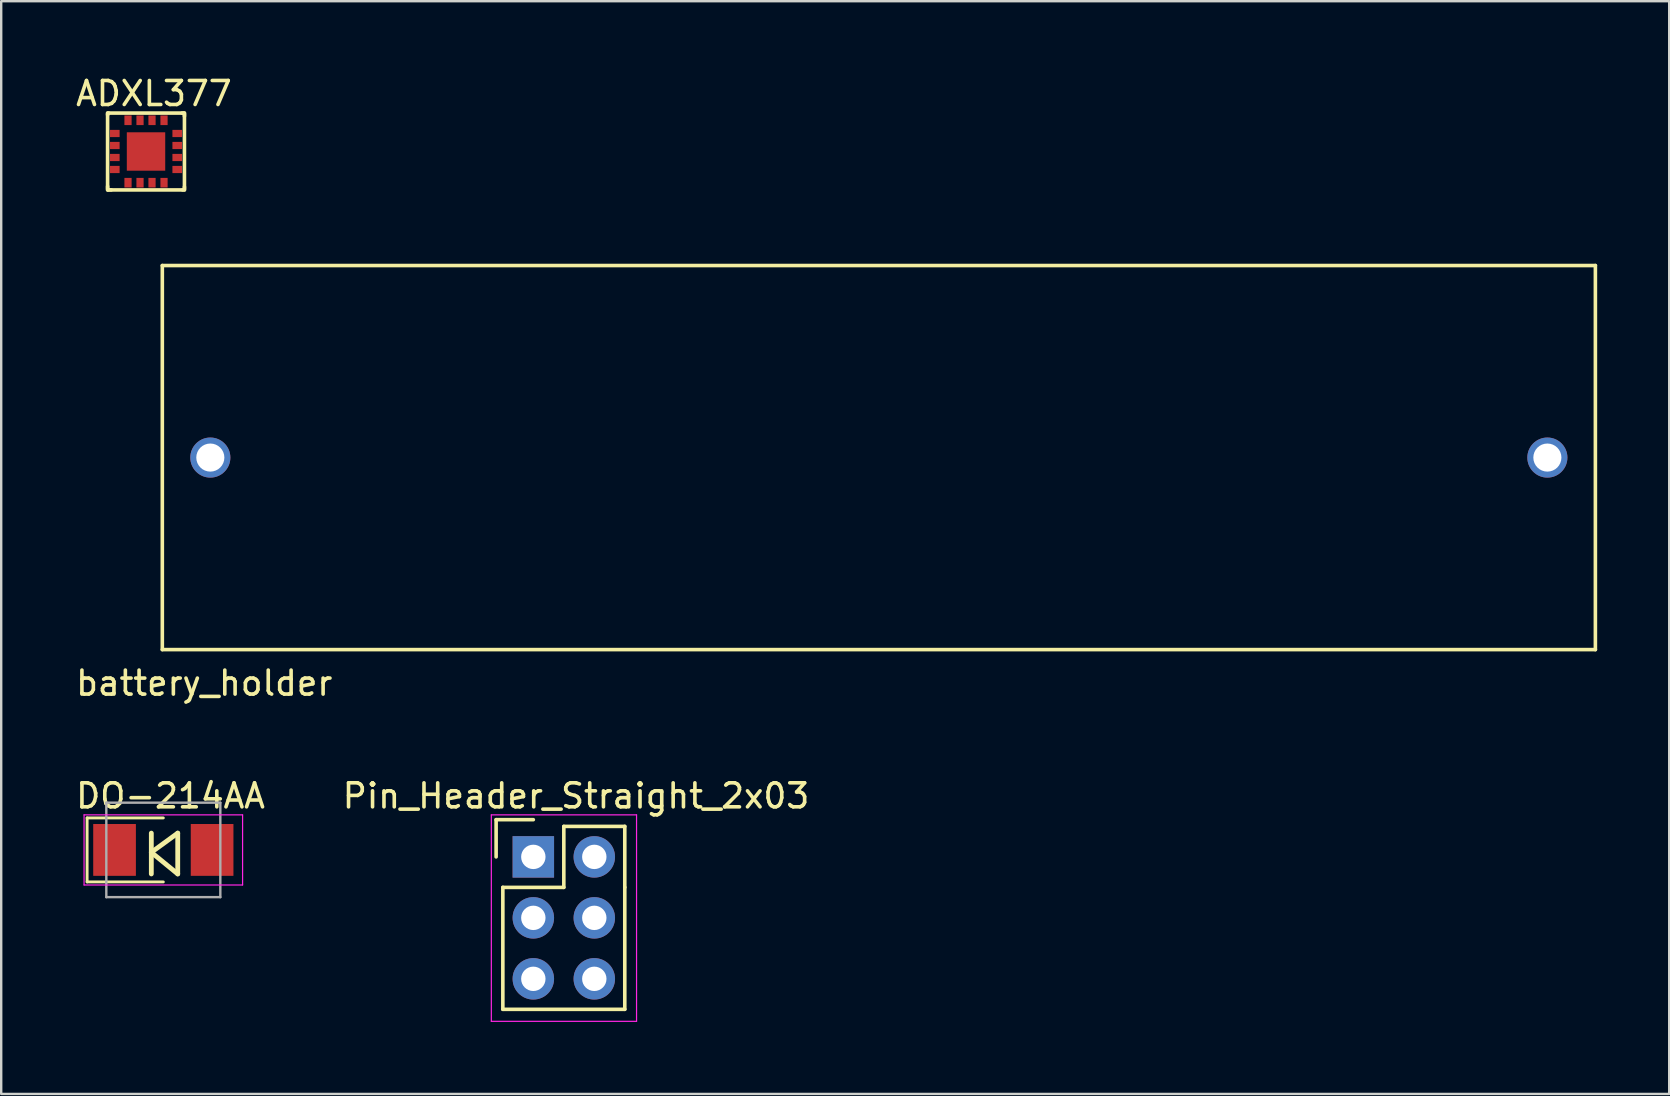
<source format=kicad_pcb>
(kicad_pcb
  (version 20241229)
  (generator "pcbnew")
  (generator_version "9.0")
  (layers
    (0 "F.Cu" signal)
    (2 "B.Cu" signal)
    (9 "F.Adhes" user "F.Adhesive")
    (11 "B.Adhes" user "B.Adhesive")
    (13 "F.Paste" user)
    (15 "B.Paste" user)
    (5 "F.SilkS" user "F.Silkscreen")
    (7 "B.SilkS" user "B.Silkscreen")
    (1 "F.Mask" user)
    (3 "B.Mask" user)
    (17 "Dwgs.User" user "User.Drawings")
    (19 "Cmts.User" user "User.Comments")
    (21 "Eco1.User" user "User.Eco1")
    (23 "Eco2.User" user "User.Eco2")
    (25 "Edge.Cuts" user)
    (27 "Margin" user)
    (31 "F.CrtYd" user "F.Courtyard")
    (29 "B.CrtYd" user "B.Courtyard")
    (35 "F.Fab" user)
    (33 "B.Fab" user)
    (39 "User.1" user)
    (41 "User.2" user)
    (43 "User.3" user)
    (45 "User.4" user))
  (footprint "battery_holder"
    (layer "F.Cu")
    (at 5.712 16.012)
    (property "Reference" "battery_holder" (at -0.254 9.398 0) (layer "F.SilkS") (effects (font (size 1 1) (thickness 0.15))))
    (attr through_hole)
    (fp_line (start -2 -8) (end 57.7 -8) (stroke (width 0.15) (type solid)) (layer "F.SilkS"))
    (fp_line (start -2 8) (end -2 -8) (stroke (width 0.15) (type solid)) (layer "F.SilkS"))
    (fp_line (start 57.7 -8) (end 57.7 8) (stroke (width 0.15) (type solid)) (layer "F.SilkS"))
    (fp_line (start 57.7 8) (end -2 8) (stroke (width 0.15) (type solid)) (layer "F.SilkS"))
    (pad "1" thru_hole circle (at 0 0) (size 1.67 1.67) (drill 1.17) (layers "*.Cu" "*.Mask"))
    (pad "2" thru_hole circle (at 55.7 0) (size 1.67 1.67) (drill 1.17) (layers "*.Cu" "*.Mask")))
  (footprint "ADXL377"
    (layer "F.Cu")
    (at 3.033 3.261)
    (property "Reference" "ADXL377" (at 0.33 -2.413 0) (layer "F.SilkS") (effects (font (size 1 1) (thickness 0.15))))
    (attr through_hole)
    (fp_line (start -1.601 -1.55) (end -1.601 1.55) (stroke (width 0.15) (type solid)) (layer "F.SilkS"))
    (fp_line (start -1.6 -1.6) (end -1.549 -1.6) (stroke (width 0.15) (type solid)) (layer "F.SilkS"))
    (fp_line (start -1.6 -1.524) (end -1.6 -1.6) (stroke (width 0.15) (type solid)) (layer "F.SilkS"))
    (fp_line (start -1.6 1.448) (end -1.6 1.6) (stroke (width 0.15) (type solid)) (layer "F.SilkS"))
    (fp_line (start -1.6 1.6) (end -1.448 1.6) (stroke (width 0.15) (type solid)) (layer "F.SilkS"))
    (fp_line (start -1.575 1.601) (end 1.525 1.601) (stroke (width 0.15) (type solid)) (layer "F.SilkS"))
    (fp_line (start -1.55 -1.602) (end 1.55 -1.602) (stroke (width 0.15) (type solid)) (layer "F.SilkS"))
    (fp_line (start 1.499 -1.6) (end 1.6 -1.6) (stroke (width 0.15) (type solid)) (layer "F.SilkS"))
    (fp_line (start 1.6 -1.6) (end 1.6 -1.473) (stroke (width 0.15) (type solid)) (layer "F.SilkS"))
    (fp_line (start 1.6 1.473) (end 1.6 1.6) (stroke (width 0.15) (type solid)) (layer "F.SilkS"))
    (fp_line (start 1.6 1.6) (end 1.524 1.6) (stroke (width 0.15) (type solid)) (layer "F.SilkS"))
    (fp_line (start 1.601 -1.55) (end 1.601 1.55) (stroke (width 0.15) (type solid)) (layer "F.SilkS"))
    (pad "" smd rect (at 0 0) (size 1.6 1.6) (layers "F.Cu" "F.Mask" "F.Paste"))
    (pad "1" smd rect (at -1.3 -0.75) (size 0.4 0.3) (layers "F.Cu" "F.Mask" "F.Paste"))
    (pad "2" smd rect (at -1.3 -0.25) (size 0.4 0.3) (layers "F.Cu" "F.Mask" "F.Paste"))
    (pad "3" smd rect (at -1.3 0.25) (size 0.4 0.3) (layers "F.Cu" "F.Mask" "F.Paste"))
    (pad "4" smd rect (at -1.3 0.75) (size 0.4 0.3) (layers "F.Cu" "F.Mask" "F.Paste"))
    (pad "5" smd rect (at -0.75 1.3 90) (size 0.4 0.3) (layers "F.Cu" "F.Mask" "F.Paste"))
    (pad "6" smd rect (at -0.25 1.3 90) (size 0.4 0.3) (layers "F.Cu" "F.Mask" "F.Paste"))
    (pad "7" smd rect (at 0.25 1.3 90) (size 0.4 0.3) (layers "F.Cu" "F.Mask" "F.Paste"))
    (pad "8" smd rect (at 0.75 1.3 90) (size 0.4 0.3) (layers "F.Cu" "F.Mask" "F.Paste"))
    (pad "9" smd rect (at 1.3 0.75) (size 0.4 0.3) (layers "F.Cu" "F.Mask" "F.Paste"))
    (pad "10" smd rect (at 1.3 0.25) (size 0.4 0.3) (layers "F.Cu" "F.Mask" "F.Paste"))
    (pad "11" smd rect (at 1.3 -0.25) (size 0.4 0.3) (layers "F.Cu" "F.Mask" "F.Paste"))
    (pad "12" smd rect (at 1.3 -0.75) (size 0.4 0.3) (layers "F.Cu" "F.Mask" "F.Paste"))
    (pad "13" smd rect (at 0.75 -1.3 90) (size 0.4 0.3) (layers "F.Cu" "F.Mask" "F.Paste"))
    (pad "14" smd rect (at 0.25 -1.3 90) (size 0.4 0.3) (layers "F.Cu" "F.Mask" "F.Paste"))
    (pad "15" smd rect (at -0.25 -1.3 90) (size 0.4 0.3) (layers "F.Cu" "F.Mask" "F.Paste"))
    (pad "16" smd rect (at -0.75 -1.3 90) (size 0.4 0.3) (layers "F.Cu" "F.Mask" "F.Paste")))
  (footprint "Pin_Header_Straight_2x03"
    (layer "F.Cu")
    (at 19.168 32.647)
    (property "Reference" "Pin_Header_Straight_2x03" (at 1.778 -2.54 0) (layer "F.SilkS") (effects (font (size 1 1) (thickness 0.15))))
    (attr through_hole)
    (fp_line (start -1.55 -1.55) (end -1.55 0) (stroke (width 0.15) (type solid)) (layer "F.SilkS"))
    (fp_line (start -1.55 -1.55) (end 0 -1.55) (stroke (width 0.15) (type solid)) (layer "F.SilkS"))
    (fp_line (start -1.27 1.27) (end -1.27 6.35) (stroke (width 0.15) (type solid)) (layer "F.SilkS"))
    (fp_line (start -1.27 6.35) (end 3.81 6.35) (stroke (width 0.15) (type solid)) (layer "F.SilkS"))
    (fp_line (start 1.27 -1.27) (end 1.27 1.27) (stroke (width 0.15) (type solid)) (layer "F.SilkS"))
    (fp_line (start 1.27 1.27) (end -1.27 1.27) (stroke (width 0.15) (type solid)) (layer "F.SilkS"))
    (fp_line (start 3.81 -1.27) (end 1.27 -1.27) (stroke (width 0.15) (type solid)) (layer "F.SilkS"))
    (fp_line (start 3.81 1.27) (end 3.81 -1.27) (stroke (width 0.15) (type solid)) (layer "F.SilkS"))
    (fp_line (start 3.81 6.35) (end 3.81 1.27) (stroke (width 0.15) (type solid)) (layer "F.SilkS"))
    (fp_line (start -1.75 -1.75) (end -1.75 6.85) (stroke (width 0.05) (type solid)) (layer "F.CrtYd"))
    (fp_line (start -1.75 -1.75) (end 4.3 -1.75) (stroke (width 0.05) (type solid)) (layer "F.CrtYd"))
    (fp_line (start -1.75 6.85) (end 4.3 6.85) (stroke (width 0.05) (type solid)) (layer "F.CrtYd"))
    (fp_line (start 4.3 -1.75) (end 4.3 6.85) (stroke (width 0.05) (type solid)) (layer "F.CrtYd"))
    (pad "1" thru_hole rect (at 0 0) (size 1.727 1.727) (drill 1.016) (layers "*.Cu" "*.Mask"))
    (pad "2" thru_hole oval (at 2.54 0) (size 1.727 1.727) (drill 1.016) (layers "*.Cu" "*.Mask"))
    (pad "3" thru_hole oval (at 0 2.54) (size 1.727 1.727) (drill 1.016) (layers "*.Cu" "*.Mask"))
    (pad "4" thru_hole oval (at 2.54 2.54) (size 1.727 1.727) (drill 1.016) (layers "*.Cu" "*.Mask"))
    (pad "5" thru_hole oval (at 0 5.08) (size 1.727 1.727) (drill 1.016) (layers "*.Cu" "*.Mask"))
    (pad "6" thru_hole oval (at 2.54 5.08) (size 1.727 1.727) (drill 1.016) (layers "*.Cu" "*.Mask")))
  (footprint "DO-214AA"
    (layer "F.Cu")
    (at 3.754 32.357)
    (property "Reference" "DO-214AA" (at 0.3 -2.25 0) (layer "F.SilkS") (effects (font (size 1 1) (thickness 0.15))))
    (attr smd)
    (fp_line (start -3.175 -1.333) (end -3.175 1.333) (stroke (width 0.12) (type solid)) (layer "F.SilkS"))
    (fp_line (start -3.175 -1.333) (end 0 -1.333) (stroke (width 0.12) (type solid)) (layer "F.SilkS"))
    (fp_line (start -3.175 1.333) (end 0 1.333) (stroke (width 0.12) (type solid)) (layer "F.SilkS"))
    (fp_line (start -0.5 -0.7) (end -0.5 1) (stroke (width 0.2) (type solid)) (layer "F.SilkS"))
    (fp_line (start -0.5 0.1) (end 0.6 -0.7) (stroke (width 0.2) (type solid)) (layer "F.SilkS"))
    (fp_line (start 0.6 -0.7) (end 0.6 1) (stroke (width 0.2) (type solid)) (layer "F.SilkS"))
    (fp_line (start 0.6 1) (end -0.5 0.1) (stroke (width 0.2) (type solid)) (layer "F.SilkS"))
    (fp_line (start -3.302 -1.46) (end -3.302 1.46) (stroke (width 0.05) (type solid)) (layer "F.CrtYd"))
    (fp_line (start -3.302 -1.46) (end 3.302 -1.46) (stroke (width 0.05) (type solid)) (layer "F.CrtYd"))
    (fp_line (start -3.302 1.46) (end 3.302 1.46) (stroke (width 0.05) (type solid)) (layer "F.CrtYd"))
    (fp_line (start 3.302 -1.46) (end 3.302 1.46) (stroke (width 0.05) (type solid)) (layer "F.CrtYd"))
    (fp_line (start -2.375 -1.968) (end -2.375 1.968) (stroke (width 0.1) (type solid)) (layer "F.Fab"))
    (fp_line (start -2.375 -1.968) (end 2.375 -1.968) (stroke (width 0.1) (type solid)) (layer "F.Fab"))
    (fp_line (start 2.375 -1.968) (end 2.375 1.968) (stroke (width 0.1) (type solid)) (layer "F.Fab"))
    (fp_line (start 2.375 1.968) (end -2.375 1.968) (stroke (width 0.1) (type solid)) (layer "F.Fab"))
    (pad "1" smd rect (at -2.032 0 180) (size 1.778 2.159) (layers "F.Cu" "F.Mask" "F.Paste"))
    (pad "2" smd rect (at 2.032 0 180) (size 1.778 2.159) (layers "F.Cu" "F.Mask" "F.Paste")))
  (gr_rect
    (start -3 -3)
    (end 66.487 42.522)
    (stroke (width 0.1) (type default))
    (fill no)
    (layer "Edge.Cuts")))
</source>
